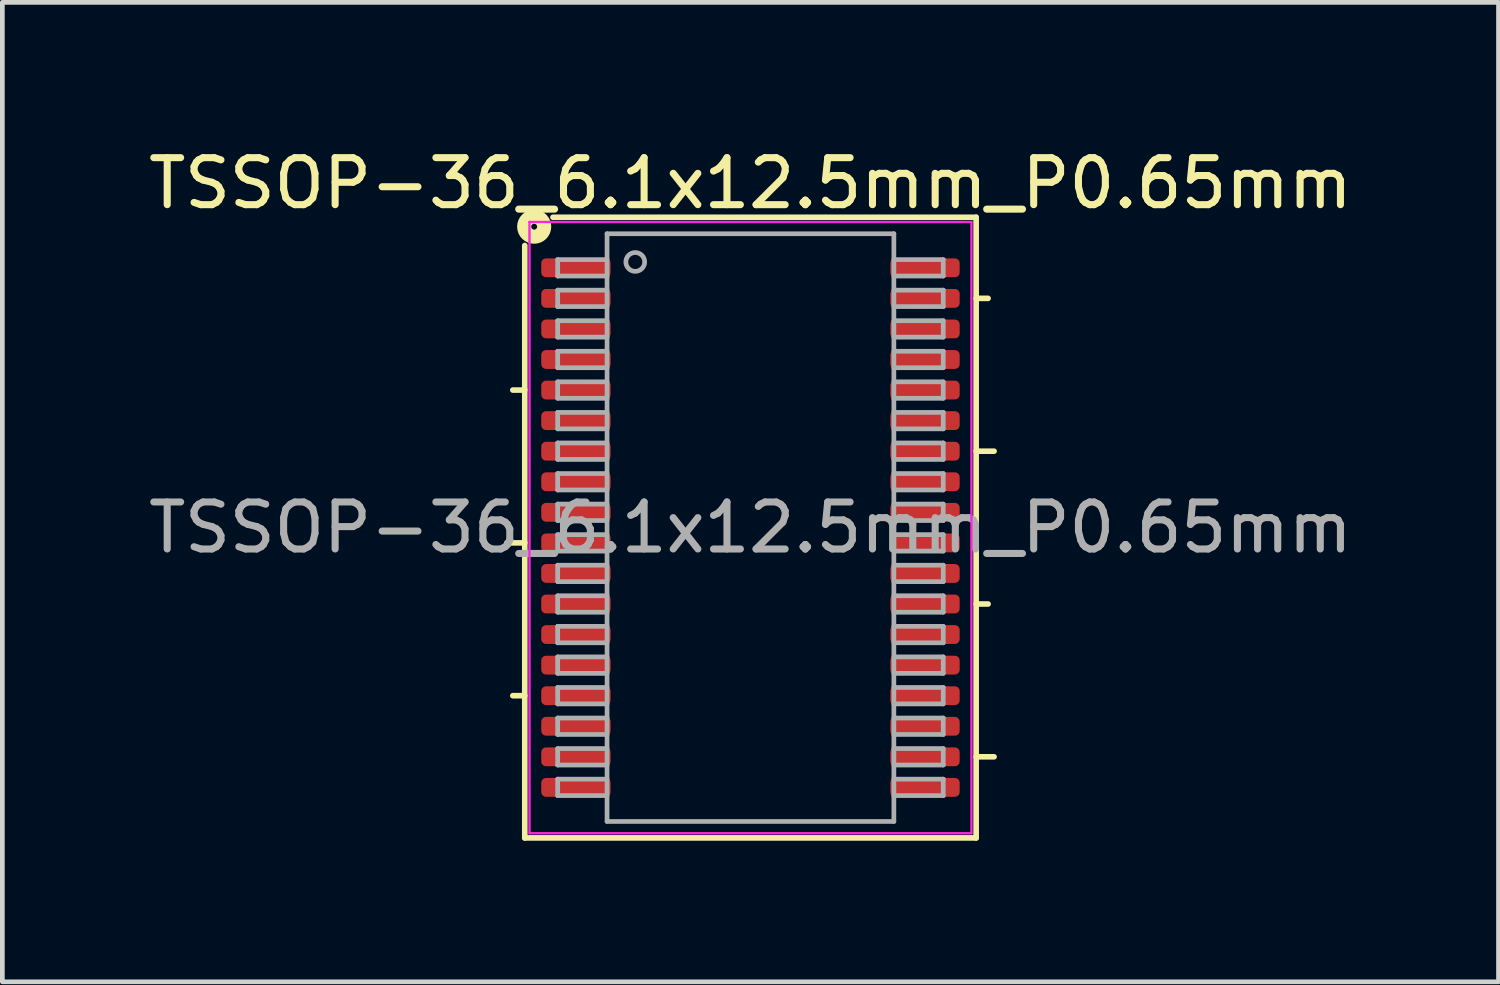
<source format=kicad_pcb>
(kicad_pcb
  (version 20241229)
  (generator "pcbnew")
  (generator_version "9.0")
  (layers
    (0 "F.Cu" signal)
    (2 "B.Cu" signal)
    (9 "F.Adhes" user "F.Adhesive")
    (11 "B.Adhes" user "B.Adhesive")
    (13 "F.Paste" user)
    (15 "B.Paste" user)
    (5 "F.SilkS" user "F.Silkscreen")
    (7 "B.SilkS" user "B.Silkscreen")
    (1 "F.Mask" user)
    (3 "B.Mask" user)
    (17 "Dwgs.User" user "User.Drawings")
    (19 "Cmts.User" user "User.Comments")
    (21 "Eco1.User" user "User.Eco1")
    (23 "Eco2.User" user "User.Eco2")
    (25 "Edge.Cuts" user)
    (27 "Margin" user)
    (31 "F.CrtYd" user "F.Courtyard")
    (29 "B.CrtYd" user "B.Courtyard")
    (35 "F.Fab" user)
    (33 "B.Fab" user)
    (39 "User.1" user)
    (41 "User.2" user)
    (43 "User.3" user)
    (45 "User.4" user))
  (footprint "TSSOP-36_6.1x12.5mm_P0.65mm"
    (layer "F.Cu")
    (at 12.911 8.171)
    (property "Reference" "TSSOP-36_6.1x12.5mm_P0.65mm" (at 0 -7.323 0) (layer "F.SilkS") (effects (font (size 1 1) (thickness 0.15))))
    (attr smd)
    (fp_line (start -4.8 -6) (end -4.8 6.6) (stroke (width 0.12) (type solid)) (layer "F.SilkS"))
    (fp_line (start -4.8 -2.925) (end -5.054 -2.925) (stroke (width 0.12) (type solid)) (layer "F.SilkS"))
    (fp_line (start -4.8 0.325) (end -5.181 0.325) (stroke (width 0.12) (type solid)) (layer "F.SilkS"))
    (fp_line (start -4.8 3.575) (end -5.054 3.575) (stroke (width 0.12) (type solid)) (layer "F.SilkS"))
    (fp_line (start -4.8 6.6) (end 4.8 6.6) (stroke (width 0.12) (type solid)) (layer "F.SilkS"))
    (fp_line (start 4.8 -6.6) (end -4.2 -6.6) (stroke (width 0.12) (type solid)) (layer "F.SilkS"))
    (fp_line (start 4.8 -4.875) (end 5.054 -4.875) (stroke (width 0.12) (type solid)) (layer "F.SilkS"))
    (fp_line (start 4.8 -1.625) (end 5.181 -1.625) (stroke (width 0.12) (type solid)) (layer "F.SilkS"))
    (fp_line (start 4.8 1.625) (end 5.054 1.625) (stroke (width 0.12) (type solid)) (layer "F.SilkS"))
    (fp_line (start 4.8 4.875) (end 5.181 4.875) (stroke (width 0.12) (type solid)) (layer "F.SilkS"))
    (fp_line (start 4.8 6.6) (end 4.8 -6.6) (stroke (width 0.12) (type solid)) (layer "F.SilkS"))
    (fp_circle (center -4.6 -6.4) (end -4.537 -6.4) (stroke (width 0.3) (type solid)) (fill no) (layer "F.SilkS"))
    (fp_line (start -4.7 -6.5) (end -4.7 6.5) (stroke (width 0.05) (type solid)) (layer "F.CrtYd"))
    (fp_line (start -4.7 6.5) (end 4.7 6.5) (stroke (width 0.05) (type solid)) (layer "F.CrtYd"))
    (fp_line (start 4.7 -6.5) (end -4.7 -6.5) (stroke (width 0.05) (type solid)) (layer "F.CrtYd"))
    (fp_line (start 4.7 6.5) (end 4.7 -6.5) (stroke (width 0.05) (type solid)) (layer "F.CrtYd"))
    (fp_line (start -4.1 -5.7) (end -4.1 -5.35) (stroke (width 0.1) (type solid)) (layer "F.Fab"))
    (fp_line (start -4.1 -5.7) (end -3.05 -5.7) (stroke (width 0.1) (type solid)) (layer "F.Fab"))
    (fp_line (start -4.1 -5.35) (end -3.05 -5.35) (stroke (width 0.1) (type solid)) (layer "F.Fab"))
    (fp_line (start -4.1 -5.05) (end -4.1 -4.7) (stroke (width 0.1) (type solid)) (layer "F.Fab"))
    (fp_line (start -4.1 -5.05) (end -3.05 -5.05) (stroke (width 0.1) (type solid)) (layer "F.Fab"))
    (fp_line (start -4.1 -4.7) (end -3.05 -4.7) (stroke (width 0.1) (type solid)) (layer "F.Fab"))
    (fp_line (start -4.1 -4.4) (end -4.1 -4.05) (stroke (width 0.1) (type solid)) (layer "F.Fab"))
    (fp_line (start -4.1 -4.4) (end -3.05 -4.4) (stroke (width 0.1) (type solid)) (layer "F.Fab"))
    (fp_line (start -4.1 -4.05) (end -3.05 -4.05) (stroke (width 0.1) (type solid)) (layer "F.Fab"))
    (fp_line (start -4.1 -3.75) (end -4.1 -3.4) (stroke (width 0.1) (type solid)) (layer "F.Fab"))
    (fp_line (start -4.1 -3.75) (end -3.05 -3.75) (stroke (width 0.1) (type solid)) (layer "F.Fab"))
    (fp_line (start -4.1 -3.4) (end -3.05 -3.4) (stroke (width 0.1) (type solid)) (layer "F.Fab"))
    (fp_line (start -4.1 -3.1) (end -4.1 -2.75) (stroke (width 0.1) (type solid)) (layer "F.Fab"))
    (fp_line (start -4.1 -3.1) (end -3.05 -3.1) (stroke (width 0.1) (type solid)) (layer "F.Fab"))
    (fp_line (start -4.1 -2.75) (end -3.05 -2.75) (stroke (width 0.1) (type solid)) (layer "F.Fab"))
    (fp_line (start -4.1 -2.45) (end -4.1 -2.1) (stroke (width 0.1) (type solid)) (layer "F.Fab"))
    (fp_line (start -4.1 -2.45) (end -3.05 -2.45) (stroke (width 0.1) (type solid)) (layer "F.Fab"))
    (fp_line (start -4.1 -2.1) (end -3.05 -2.1) (stroke (width 0.1) (type solid)) (layer "F.Fab"))
    (fp_line (start -4.1 -1.8) (end -4.1 -1.45) (stroke (width 0.1) (type solid)) (layer "F.Fab"))
    (fp_line (start -4.1 -1.8) (end -3.05 -1.8) (stroke (width 0.1) (type solid)) (layer "F.Fab"))
    (fp_line (start -4.1 -1.45) (end -3.05 -1.45) (stroke (width 0.1) (type solid)) (layer "F.Fab"))
    (fp_line (start -4.1 -1.15) (end -4.1 -0.8) (stroke (width 0.1) (type solid)) (layer "F.Fab"))
    (fp_line (start -4.1 -1.15) (end -3.05 -1.15) (stroke (width 0.1) (type solid)) (layer "F.Fab"))
    (fp_line (start -4.1 -0.8) (end -3.05 -0.8) (stroke (width 0.1) (type solid)) (layer "F.Fab"))
    (fp_line (start -4.1 -0.5) (end -4.1 -0.15) (stroke (width 0.1) (type solid)) (layer "F.Fab"))
    (fp_line (start -4.1 -0.5) (end -3.05 -0.5) (stroke (width 0.1) (type solid)) (layer "F.Fab"))
    (fp_line (start -4.1 -0.15) (end -3.05 -0.15) (stroke (width 0.1) (type solid)) (layer "F.Fab"))
    (fp_line (start -4.1 0.15) (end -4.1 0.5) (stroke (width 0.1) (type solid)) (layer "F.Fab"))
    (fp_line (start -4.1 0.15) (end -3.05 0.15) (stroke (width 0.1) (type solid)) (layer "F.Fab"))
    (fp_line (start -4.1 0.5) (end -3.05 0.5) (stroke (width 0.1) (type solid)) (layer "F.Fab"))
    (fp_line (start -4.1 0.8) (end -4.1 1.15) (stroke (width 0.1) (type solid)) (layer "F.Fab"))
    (fp_line (start -4.1 0.8) (end -3.05 0.8) (stroke (width 0.1) (type solid)) (layer "F.Fab"))
    (fp_line (start -4.1 1.15) (end -3.05 1.15) (stroke (width 0.1) (type solid)) (layer "F.Fab"))
    (fp_line (start -4.1 1.45) (end -4.1 1.8) (stroke (width 0.1) (type solid)) (layer "F.Fab"))
    (fp_line (start -4.1 1.45) (end -3.05 1.45) (stroke (width 0.1) (type solid)) (layer "F.Fab"))
    (fp_line (start -4.1 1.8) (end -3.05 1.8) (stroke (width 0.1) (type solid)) (layer "F.Fab"))
    (fp_line (start -4.1 2.1) (end -4.1 2.45) (stroke (width 0.1) (type solid)) (layer "F.Fab"))
    (fp_line (start -4.1 2.1) (end -3.05 2.1) (stroke (width 0.1) (type solid)) (layer "F.Fab"))
    (fp_line (start -4.1 2.45) (end -3.05 2.45) (stroke (width 0.1) (type solid)) (layer "F.Fab"))
    (fp_line (start -4.1 2.75) (end -4.1 3.1) (stroke (width 0.1) (type solid)) (layer "F.Fab"))
    (fp_line (start -4.1 2.75) (end -3.05 2.75) (stroke (width 0.1) (type solid)) (layer "F.Fab"))
    (fp_line (start -4.1 3.1) (end -3.05 3.1) (stroke (width 0.1) (type solid)) (layer "F.Fab"))
    (fp_line (start -4.1 3.4) (end -4.1 3.75) (stroke (width 0.1) (type solid)) (layer "F.Fab"))
    (fp_line (start -4.1 3.4) (end -3.05 3.4) (stroke (width 0.1) (type solid)) (layer "F.Fab"))
    (fp_line (start -4.1 3.75) (end -3.05 3.75) (stroke (width 0.1) (type solid)) (layer "F.Fab"))
    (fp_line (start -4.1 4.05) (end -4.1 4.4) (stroke (width 0.1) (type solid)) (layer "F.Fab"))
    (fp_line (start -4.1 4.05) (end -3.05 4.05) (stroke (width 0.1) (type solid)) (layer "F.Fab"))
    (fp_line (start -4.1 4.4) (end -3.05 4.4) (stroke (width 0.1) (type solid)) (layer "F.Fab"))
    (fp_line (start -4.1 4.7) (end -4.1 5.05) (stroke (width 0.1) (type solid)) (layer "F.Fab"))
    (fp_line (start -4.1 4.7) (end -3.05 4.7) (stroke (width 0.1) (type solid)) (layer "F.Fab"))
    (fp_line (start -4.1 5.05) (end -3.05 5.05) (stroke (width 0.1) (type solid)) (layer "F.Fab"))
    (fp_line (start -4.1 5.35) (end -4.1 5.7) (stroke (width 0.1) (type solid)) (layer "F.Fab"))
    (fp_line (start -4.1 5.35) (end -3.05 5.35) (stroke (width 0.1) (type solid)) (layer "F.Fab"))
    (fp_line (start -4.1 5.7) (end -3.05 5.7) (stroke (width 0.1) (type solid)) (layer "F.Fab"))
    (fp_line (start -3.05 -6.25) (end 3.05 -6.25) (stroke (width 0.1) (type solid)) (layer "F.Fab"))
    (fp_line (start -3.05 6.25) (end -3.05 -6.25) (stroke (width 0.1) (type solid)) (layer "F.Fab"))
    (fp_line (start 3.05 -6.25) (end 3.05 6.25) (stroke (width 0.1) (type solid)) (layer "F.Fab"))
    (fp_line (start 3.05 6.25) (end -3.05 6.25) (stroke (width 0.1) (type solid)) (layer "F.Fab"))
    (fp_line (start 4.1 -5.7) (end 3.05 -5.7) (stroke (width 0.1) (type solid)) (layer "F.Fab"))
    (fp_line (start 4.1 -5.35) (end 3.05 -5.35) (stroke (width 0.1) (type solid)) (layer "F.Fab"))
    (fp_line (start 4.1 -5.35) (end 4.1 -5.7) (stroke (width 0.1) (type solid)) (layer "F.Fab"))
    (fp_line (start 4.1 -5.05) (end 3.05 -5.05) (stroke (width 0.1) (type solid)) (layer "F.Fab"))
    (fp_line (start 4.1 -4.7) (end 3.05 -4.7) (stroke (width 0.1) (type solid)) (layer "F.Fab"))
    (fp_line (start 4.1 -4.7) (end 4.1 -5.05) (stroke (width 0.1) (type solid)) (layer "F.Fab"))
    (fp_line (start 4.1 -4.4) (end 3.05 -4.4) (stroke (width 0.1) (type solid)) (layer "F.Fab"))
    (fp_line (start 4.1 -4.05) (end 3.05 -4.05) (stroke (width 0.1) (type solid)) (layer "F.Fab"))
    (fp_line (start 4.1 -4.05) (end 4.1 -4.4) (stroke (width 0.1) (type solid)) (layer "F.Fab"))
    (fp_line (start 4.1 -3.75) (end 3.05 -3.75) (stroke (width 0.1) (type solid)) (layer "F.Fab"))
    (fp_line (start 4.1 -3.4) (end 3.05 -3.4) (stroke (width 0.1) (type solid)) (layer "F.Fab"))
    (fp_line (start 4.1 -3.4) (end 4.1 -3.75) (stroke (width 0.1) (type solid)) (layer "F.Fab"))
    (fp_line (start 4.1 -3.1) (end 3.05 -3.1) (stroke (width 0.1) (type solid)) (layer "F.Fab"))
    (fp_line (start 4.1 -2.75) (end 3.05 -2.75) (stroke (width 0.1) (type solid)) (layer "F.Fab"))
    (fp_line (start 4.1 -2.75) (end 4.1 -3.1) (stroke (width 0.1) (type solid)) (layer "F.Fab"))
    (fp_line (start 4.1 -2.45) (end 3.05 -2.45) (stroke (width 0.1) (type solid)) (layer "F.Fab"))
    (fp_line (start 4.1 -2.1) (end 3.05 -2.1) (stroke (width 0.1) (type solid)) (layer "F.Fab"))
    (fp_line (start 4.1 -2.1) (end 4.1 -2.45) (stroke (width 0.1) (type solid)) (layer "F.Fab"))
    (fp_line (start 4.1 -1.8) (end 3.05 -1.8) (stroke (width 0.1) (type solid)) (layer "F.Fab"))
    (fp_line (start 4.1 -1.45) (end 3.05 -1.45) (stroke (width 0.1) (type solid)) (layer "F.Fab"))
    (fp_line (start 4.1 -1.45) (end 4.1 -1.8) (stroke (width 0.1) (type solid)) (layer "F.Fab"))
    (fp_line (start 4.1 -1.15) (end 3.05 -1.15) (stroke (width 0.1) (type solid)) (layer "F.Fab"))
    (fp_line (start 4.1 -0.8) (end 3.05 -0.8) (stroke (width 0.1) (type solid)) (layer "F.Fab"))
    (fp_line (start 4.1 -0.8) (end 4.1 -1.15) (stroke (width 0.1) (type solid)) (layer "F.Fab"))
    (fp_line (start 4.1 -0.5) (end 3.05 -0.5) (stroke (width 0.1) (type solid)) (layer "F.Fab"))
    (fp_line (start 4.1 -0.15) (end 3.05 -0.15) (stroke (width 0.1) (type solid)) (layer "F.Fab"))
    (fp_line (start 4.1 -0.15) (end 4.1 -0.5) (stroke (width 0.1) (type solid)) (layer "F.Fab"))
    (fp_line (start 4.1 0.15) (end 3.05 0.15) (stroke (width 0.1) (type solid)) (layer "F.Fab"))
    (fp_line (start 4.1 0.5) (end 3.05 0.5) (stroke (width 0.1) (type solid)) (layer "F.Fab"))
    (fp_line (start 4.1 0.5) (end 4.1 0.15) (stroke (width 0.1) (type solid)) (layer "F.Fab"))
    (fp_line (start 4.1 0.8) (end 3.05 0.8) (stroke (width 0.1) (type solid)) (layer "F.Fab"))
    (fp_line (start 4.1 1.15) (end 3.05 1.15) (stroke (width 0.1) (type solid)) (layer "F.Fab"))
    (fp_line (start 4.1 1.15) (end 4.1 0.8) (stroke (width 0.1) (type solid)) (layer "F.Fab"))
    (fp_line (start 4.1 1.45) (end 3.05 1.45) (stroke (width 0.1) (type solid)) (layer "F.Fab"))
    (fp_line (start 4.1 1.8) (end 3.05 1.8) (stroke (width 0.1) (type solid)) (layer "F.Fab"))
    (fp_line (start 4.1 1.8) (end 4.1 1.45) (stroke (width 0.1) (type solid)) (layer "F.Fab"))
    (fp_line (start 4.1 2.1) (end 3.05 2.1) (stroke (width 0.1) (type solid)) (layer "F.Fab"))
    (fp_line (start 4.1 2.45) (end 3.05 2.45) (stroke (width 0.1) (type solid)) (layer "F.Fab"))
    (fp_line (start 4.1 2.45) (end 4.1 2.1) (stroke (width 0.1) (type solid)) (layer "F.Fab"))
    (fp_line (start 4.1 2.75) (end 3.05 2.75) (stroke (width 0.1) (type solid)) (layer "F.Fab"))
    (fp_line (start 4.1 3.1) (end 3.05 3.1) (stroke (width 0.1) (type solid)) (layer "F.Fab"))
    (fp_line (start 4.1 3.1) (end 4.1 2.75) (stroke (width 0.1) (type solid)) (layer "F.Fab"))
    (fp_line (start 4.1 3.4) (end 3.05 3.4) (stroke (width 0.1) (type solid)) (layer "F.Fab"))
    (fp_line (start 4.1 3.75) (end 3.05 3.75) (stroke (width 0.1) (type solid)) (layer "F.Fab"))
    (fp_line (start 4.1 3.75) (end 4.1 3.4) (stroke (width 0.1) (type solid)) (layer "F.Fab"))
    (fp_line (start 4.1 4.05) (end 3.05 4.05) (stroke (width 0.1) (type solid)) (layer "F.Fab"))
    (fp_line (start 4.1 4.4) (end 3.05 4.4) (stroke (width 0.1) (type solid)) (layer "F.Fab"))
    (fp_line (start 4.1 4.4) (end 4.1 4.05) (stroke (width 0.1) (type solid)) (layer "F.Fab"))
    (fp_line (start 4.1 4.7) (end 3.05 4.7) (stroke (width 0.1) (type solid)) (layer "F.Fab"))
    (fp_line (start 4.1 5.05) (end 3.05 5.05) (stroke (width 0.1) (type solid)) (layer "F.Fab"))
    (fp_line (start 4.1 5.05) (end 4.1 4.7) (stroke (width 0.1) (type solid)) (layer "F.Fab"))
    (fp_line (start 4.1 5.35) (end 3.05 5.35) (stroke (width 0.1) (type solid)) (layer "F.Fab"))
    (fp_line (start 4.1 5.7) (end 3.05 5.7) (stroke (width 0.1) (type solid)) (layer "F.Fab"))
    (fp_line (start 4.1 5.7) (end 4.1 5.35) (stroke (width 0.1) (type solid)) (layer "F.Fab"))
    (fp_circle (center -2.45 -5.65) (end -2.25 -5.65) (stroke (width 0.1) (type solid)) (fill no) (layer "F.Fab"))
    (fp_text user "${REFERENCE}" (at 0 0 0) (layer "F.Fab") (effects (font (size 1 1) (thickness 0.15))))
    (pad "1" smd roundrect (at -3.712 -5.525) (size 1.475 0.4) (layers "F.Cu" "F.Mask" "F.Paste") (roundrect_rratio 0.25))
    (pad "2" smd roundrect (at -3.712 -4.875) (size 1.475 0.4) (layers "F.Cu" "F.Mask" "F.Paste") (roundrect_rratio 0.25))
    (pad "3" smd roundrect (at -3.712 -4.225) (size 1.475 0.4) (layers "F.Cu" "F.Mask" "F.Paste") (roundrect_rratio 0.25))
    (pad "4" smd roundrect (at -3.712 -3.575) (size 1.475 0.4) (layers "F.Cu" "F.Mask" "F.Paste") (roundrect_rratio 0.25))
    (pad "5" smd roundrect (at -3.712 -2.925) (size 1.475 0.4) (layers "F.Cu" "F.Mask" "F.Paste") (roundrect_rratio 0.25))
    (pad "6" smd roundrect (at -3.712 -2.275) (size 1.475 0.4) (layers "F.Cu" "F.Mask" "F.Paste") (roundrect_rratio 0.25))
    (pad "7" smd roundrect (at -3.712 -1.625) (size 1.475 0.4) (layers "F.Cu" "F.Mask" "F.Paste") (roundrect_rratio 0.25))
    (pad "8" smd roundrect (at -3.712 -0.975) (size 1.475 0.4) (layers "F.Cu" "F.Mask" "F.Paste") (roundrect_rratio 0.25))
    (pad "9" smd roundrect (at -3.712 -0.325) (size 1.475 0.4) (layers "F.Cu" "F.Mask" "F.Paste") (roundrect_rratio 0.25))
    (pad "10" smd roundrect (at -3.712 0.325) (size 1.475 0.4) (layers "F.Cu" "F.Mask" "F.Paste") (roundrect_rratio 0.25))
    (pad "11" smd roundrect (at -3.712 0.975) (size 1.475 0.4) (layers "F.Cu" "F.Mask" "F.Paste") (roundrect_rratio 0.25))
    (pad "12" smd roundrect (at -3.712 1.625) (size 1.475 0.4) (layers "F.Cu" "F.Mask" "F.Paste") (roundrect_rratio 0.25))
    (pad "13" smd roundrect (at -3.712 2.275) (size 1.475 0.4) (layers "F.Cu" "F.Mask" "F.Paste") (roundrect_rratio 0.25))
    (pad "14" smd roundrect (at -3.712 2.925) (size 1.475 0.4) (layers "F.Cu" "F.Mask" "F.Paste") (roundrect_rratio 0.25))
    (pad "15" smd roundrect (at -3.712 3.575) (size 1.475 0.4) (layers "F.Cu" "F.Mask" "F.Paste") (roundrect_rratio 0.25))
    (pad "16" smd roundrect (at -3.712 4.225) (size 1.475 0.4) (layers "F.Cu" "F.Mask" "F.Paste") (roundrect_rratio 0.25))
    (pad "17" smd roundrect (at -3.712 4.875) (size 1.475 0.4) (layers "F.Cu" "F.Mask" "F.Paste") (roundrect_rratio 0.25))
    (pad "18" smd roundrect (at -3.712 5.525) (size 1.475 0.4) (layers "F.Cu" "F.Mask" "F.Paste") (roundrect_rratio 0.25))
    (pad "19" smd roundrect (at 3.712 5.525) (size 1.475 0.4) (layers "F.Cu" "F.Mask" "F.Paste") (roundrect_rratio 0.25))
    (pad "20" smd roundrect (at 3.712 4.875) (size 1.475 0.4) (layers "F.Cu" "F.Mask" "F.Paste") (roundrect_rratio 0.25))
    (pad "21" smd roundrect (at 3.712 4.225) (size 1.475 0.4) (layers "F.Cu" "F.Mask" "F.Paste") (roundrect_rratio 0.25))
    (pad "22" smd roundrect (at 3.712 3.575) (size 1.475 0.4) (layers "F.Cu" "F.Mask" "F.Paste") (roundrect_rratio 0.25))
    (pad "23" smd roundrect (at 3.712 2.925) (size 1.475 0.4) (layers "F.Cu" "F.Mask" "F.Paste") (roundrect_rratio 0.25))
    (pad "24" smd roundrect (at 3.712 2.275) (size 1.475 0.4) (layers "F.Cu" "F.Mask" "F.Paste") (roundrect_rratio 0.25))
    (pad "25" smd roundrect (at 3.712 1.625) (size 1.475 0.4) (layers "F.Cu" "F.Mask" "F.Paste") (roundrect_rratio 0.25))
    (pad "26" smd roundrect (at 3.712 0.975) (size 1.475 0.4) (layers "F.Cu" "F.Mask" "F.Paste") (roundrect_rratio 0.25))
    (pad "27" smd roundrect (at 3.712 0.325) (size 1.475 0.4) (layers "F.Cu" "F.Mask" "F.Paste") (roundrect_rratio 0.25))
    (pad "28" smd roundrect (at 3.712 -0.325) (size 1.475 0.4) (layers "F.Cu" "F.Mask" "F.Paste") (roundrect_rratio 0.25))
    (pad "29" smd roundrect (at 3.712 -0.975) (size 1.475 0.4) (layers "F.Cu" "F.Mask" "F.Paste") (roundrect_rratio 0.25))
    (pad "30" smd roundrect (at 3.712 -1.625) (size 1.475 0.4) (layers "F.Cu" "F.Mask" "F.Paste") (roundrect_rratio 0.25))
    (pad "31" smd roundrect (at 3.712 -2.275) (size 1.475 0.4) (layers "F.Cu" "F.Mask" "F.Paste") (roundrect_rratio 0.25))
    (pad "32" smd roundrect (at 3.712 -2.925) (size 1.475 0.4) (layers "F.Cu" "F.Mask" "F.Paste") (roundrect_rratio 0.25))
    (pad "33" smd roundrect (at 3.712 -3.575) (size 1.475 0.4) (layers "F.Cu" "F.Mask" "F.Paste") (roundrect_rratio 0.25))
    (pad "34" smd roundrect (at 3.712 -4.225) (size 1.475 0.4) (layers "F.Cu" "F.Mask" "F.Paste") (roundrect_rratio 0.25))
    (pad "35" smd roundrect (at 3.712 -4.875) (size 1.475 0.4) (layers "F.Cu" "F.Mask" "F.Paste") (roundrect_rratio 0.25))
    (pad "36" smd roundrect (at 3.712 -5.525) (size 1.475 0.4) (layers "F.Cu" "F.Mask" "F.Paste") (roundrect_rratio 0.25)))
  (gr_rect
    (start -3 -3)
    (end 28.821 17.831)
    (stroke (width 0.1) (type default))
    (fill no)
    (layer "Edge.Cuts")))
</source>
